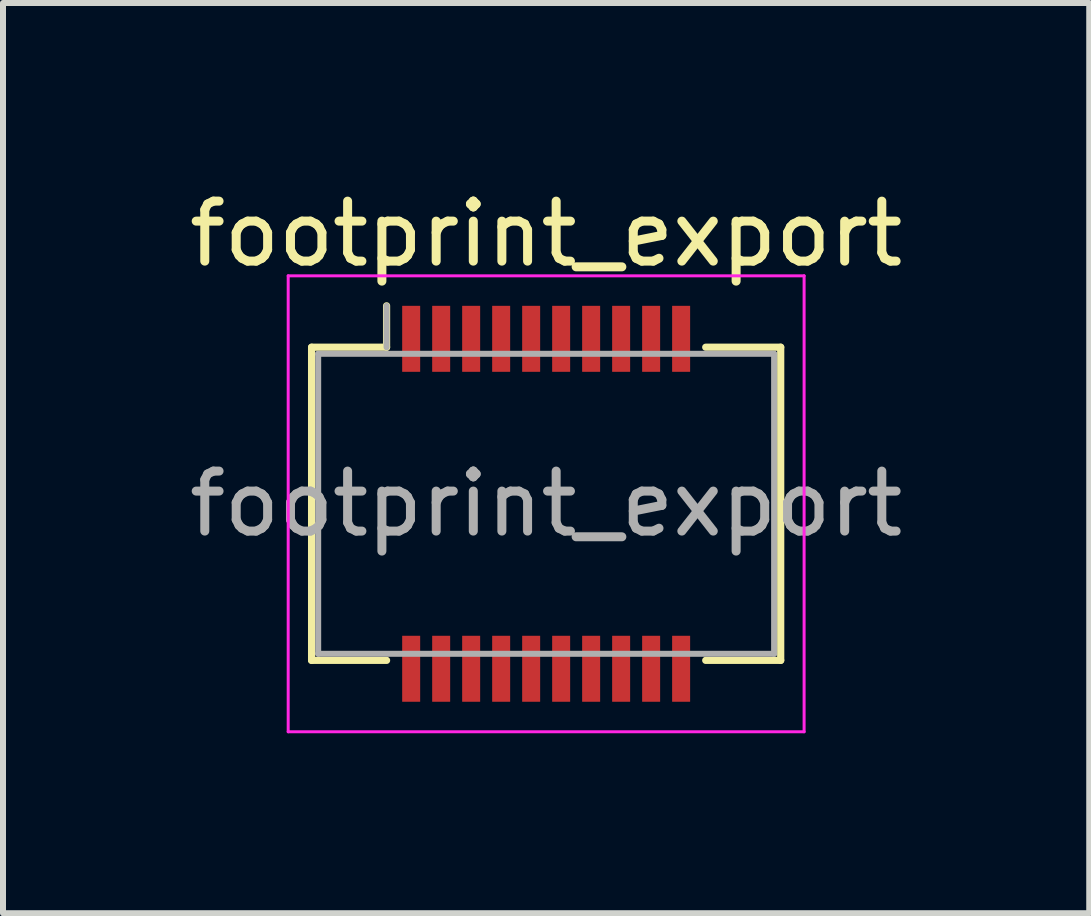
<source format=kicad_pcb>
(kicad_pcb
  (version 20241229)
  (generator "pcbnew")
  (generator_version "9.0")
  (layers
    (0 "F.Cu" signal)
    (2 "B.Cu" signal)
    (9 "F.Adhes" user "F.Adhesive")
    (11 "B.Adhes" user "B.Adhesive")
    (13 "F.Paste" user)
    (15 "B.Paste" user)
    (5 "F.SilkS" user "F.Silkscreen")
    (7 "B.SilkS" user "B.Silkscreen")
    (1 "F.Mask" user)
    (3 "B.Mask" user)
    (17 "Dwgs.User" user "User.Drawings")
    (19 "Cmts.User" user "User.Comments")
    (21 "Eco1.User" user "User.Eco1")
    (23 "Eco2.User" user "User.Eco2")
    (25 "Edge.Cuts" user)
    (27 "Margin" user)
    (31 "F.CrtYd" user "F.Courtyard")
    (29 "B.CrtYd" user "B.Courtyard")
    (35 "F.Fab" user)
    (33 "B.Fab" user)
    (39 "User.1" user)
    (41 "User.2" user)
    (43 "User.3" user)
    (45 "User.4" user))
  (footprint "footprint_export"
    (layer "F.Cu")
    (at 6.054 5.348)
    (property "Reference" "footprint_export" (at 0 -4.5 0) (layer "F.SilkS") (effects (font (size 1 1) (thickness 0.15))))
    (attr smd)
    (fp_line (start -3.91 -2.61) (end -2.66 -2.61) (stroke (width 0.12) (type solid)) (layer "F.SilkS"))
    (fp_line (start -3.91 2.61) (end -3.91 -2.61) (stroke (width 0.12) (type solid)) (layer "F.SilkS"))
    (fp_line (start -2.66 -2.61) (end -2.66 -3.3) (stroke (width 0.12) (type solid)) (layer "F.SilkS"))
    (fp_line (start -2.66 2.61) (end -3.91 2.61) (stroke (width 0.12) (type solid)) (layer "F.SilkS"))
    (fp_line (start 2.66 2.61) (end 3.91 2.61) (stroke (width 0.12) (type solid)) (layer "F.SilkS"))
    (fp_line (start 3.91 -2.61) (end 2.66 -2.61) (stroke (width 0.12) (type solid)) (layer "F.SilkS"))
    (fp_line (start 3.91 2.61) (end 3.91 -2.61) (stroke (width 0.12) (type solid)) (layer "F.SilkS"))
    (fp_line (start -4.3 -3.8) (end -4.3 3.8) (stroke (width 0.05) (type solid)) (layer "F.CrtYd"))
    (fp_line (start -4.3 3.8) (end 4.3 3.8) (stroke (width 0.05) (type solid)) (layer "F.CrtYd"))
    (fp_line (start 4.3 -3.8) (end -4.3 -3.8) (stroke (width 0.05) (type solid)) (layer "F.CrtYd"))
    (fp_line (start 4.3 3.8) (end 4.3 -3.8) (stroke (width 0.05) (type solid)) (layer "F.CrtYd"))
    (fp_line (start -3.8 -2.5) (end -3.8 2.5) (stroke (width 0.1) (type solid)) (layer "F.Fab"))
    (fp_line (start -3.8 2.5) (end 3.8 2.5) (stroke (width 0.1) (type solid)) (layer "F.Fab"))
    (fp_line (start -2.66 -2.61) (end -2.66 -3.3) (stroke (width 0.1) (type solid)) (layer "F.Fab"))
    (fp_line (start 3.8 -2.5) (end -3.8 -2.5) (stroke (width 0.1) (type solid)) (layer "F.Fab"))
    (fp_line (start 3.8 2.5) (end 3.8 -2.5) (stroke (width 0.1) (type solid)) (layer "F.Fab"))
    (fp_text user "${REFERENCE}" (at 0 0 0) (layer "F.Fab") (effects (font (size 1 1) (thickness 0.15))))
    (pad "1" smd rect (at -2.25 -2.75) (size 0.3 1.1) (layers "F.Cu" "F.Mask" "F.Paste"))
    (pad "2" smd rect (at -2.25 2.75) (size 0.3 1.1) (layers "F.Cu" "F.Mask" "F.Paste"))
    (pad "3" smd rect (at -1.75 -2.75) (size 0.3 1.1) (layers "F.Cu" "F.Mask" "F.Paste"))
    (pad "4" smd rect (at -1.75 2.75) (size 0.3 1.1) (layers "F.Cu" "F.Mask" "F.Paste"))
    (pad "5" smd rect (at -1.25 -2.75) (size 0.3 1.1) (layers "F.Cu" "F.Mask" "F.Paste"))
    (pad "6" smd rect (at -1.25 2.75) (size 0.3 1.1) (layers "F.Cu" "F.Mask" "F.Paste"))
    (pad "7" smd rect (at -0.75 -2.75) (size 0.3 1.1) (layers "F.Cu" "F.Mask" "F.Paste"))
    (pad "8" smd rect (at -0.75 2.75) (size 0.3 1.1) (layers "F.Cu" "F.Mask" "F.Paste"))
    (pad "9" smd rect (at -0.25 -2.75) (size 0.3 1.1) (layers "F.Cu" "F.Mask" "F.Paste"))
    (pad "10" smd rect (at -0.25 2.75) (size 0.3 1.1) (layers "F.Cu" "F.Mask" "F.Paste"))
    (pad "11" smd rect (at 0.25 -2.75) (size 0.3 1.1) (layers "F.Cu" "F.Mask" "F.Paste"))
    (pad "12" smd rect (at 0.25 2.75) (size 0.3 1.1) (layers "F.Cu" "F.Mask" "F.Paste"))
    (pad "13" smd rect (at 0.75 -2.75) (size 0.3 1.1) (layers "F.Cu" "F.Mask" "F.Paste"))
    (pad "14" smd rect (at 0.75 2.75) (size 0.3 1.1) (layers "F.Cu" "F.Mask" "F.Paste"))
    (pad "15" smd rect (at 1.25 -2.75) (size 0.3 1.1) (layers "F.Cu" "F.Mask" "F.Paste"))
    (pad "16" smd rect (at 1.25 2.75) (size 0.3 1.1) (layers "F.Cu" "F.Mask" "F.Paste"))
    (pad "17" smd rect (at 1.75 -2.75) (size 0.3 1.1) (layers "F.Cu" "F.Mask" "F.Paste"))
    (pad "18" smd rect (at 1.75 2.75) (size 0.3 1.1) (layers "F.Cu" "F.Mask" "F.Paste"))
    (pad "19" smd rect (at 2.25 -2.75) (size 0.3 1.1) (layers "F.Cu" "F.Mask" "F.Paste"))
    (pad "20" smd rect (at 2.25 2.75) (size 0.3 1.1) (layers "F.Cu" "F.Mask" "F.Paste")))
  (gr_rect
    (start -3 -3)
    (end 15.107 12.173)
    (stroke (width 0.1) (type default))
    (fill no)
    (layer "Edge.Cuts")))
</source>
